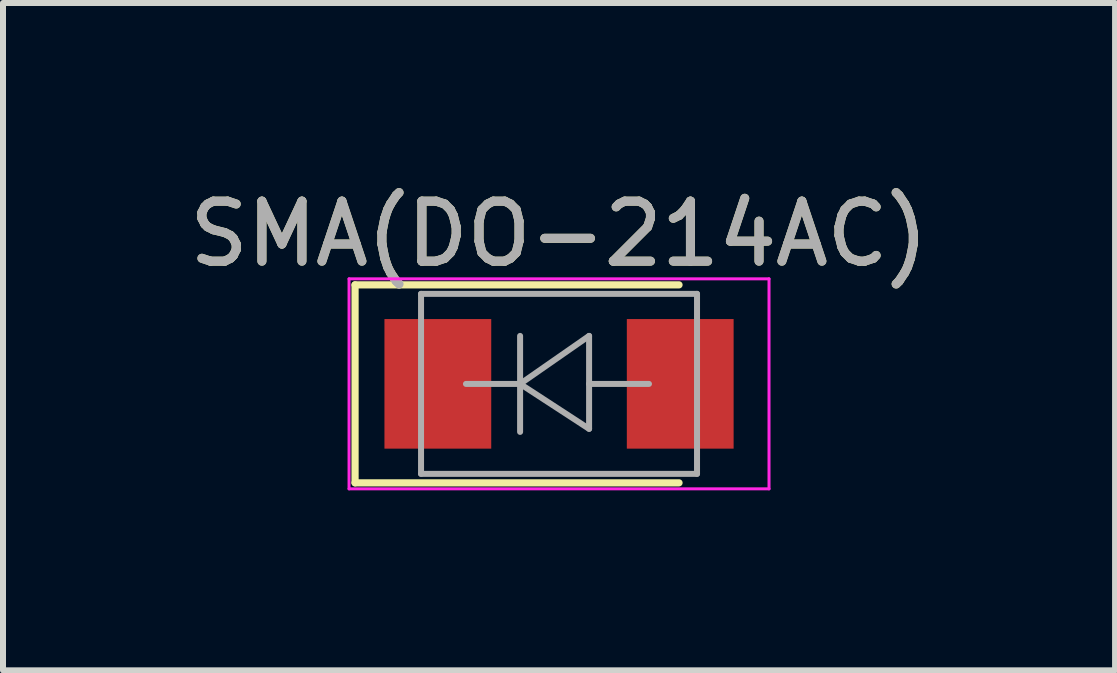
<source format=kicad_pcb>
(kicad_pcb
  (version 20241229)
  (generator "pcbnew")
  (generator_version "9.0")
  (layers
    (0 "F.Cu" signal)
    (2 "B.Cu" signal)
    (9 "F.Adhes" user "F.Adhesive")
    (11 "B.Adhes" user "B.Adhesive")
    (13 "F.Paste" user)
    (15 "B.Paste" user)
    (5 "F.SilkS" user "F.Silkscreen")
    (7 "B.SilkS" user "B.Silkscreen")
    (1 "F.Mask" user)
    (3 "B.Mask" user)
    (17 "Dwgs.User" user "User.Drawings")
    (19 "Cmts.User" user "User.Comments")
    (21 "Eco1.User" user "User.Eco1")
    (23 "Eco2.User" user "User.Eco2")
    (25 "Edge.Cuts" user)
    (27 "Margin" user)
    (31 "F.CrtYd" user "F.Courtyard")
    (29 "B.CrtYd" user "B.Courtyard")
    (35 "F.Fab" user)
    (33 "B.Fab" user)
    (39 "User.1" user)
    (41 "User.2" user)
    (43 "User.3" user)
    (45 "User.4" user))
  (footprint "SMA(DO-214AC)"
    (layer "F.Cu")
    (at 6.268 3.348)
    (property "Reference" "SMA(DO-214AC)" (at 0 -2.5 0) (layer "F.SilkS") (effects (font (size 1 1) (thickness 0.15))))
    (attr smd)
    (fp_line (start -3.4 -1.65) (end -3.4 1.65) (stroke (width 0.12) (type solid)) (layer "F.SilkS"))
    (fp_line (start -3.4 -1.65) (end 2 -1.65) (stroke (width 0.12) (type solid)) (layer "F.SilkS"))
    (fp_line (start -3.4 1.65) (end 2 1.65) (stroke (width 0.12) (type solid)) (layer "F.SilkS"))
    (fp_line (start -3.5 -1.75) (end 3.5 -1.75) (stroke (width 0.05) (type solid)) (layer "F.CrtYd"))
    (fp_line (start -3.5 1.75) (end -3.5 -1.75) (stroke (width 0.05) (type solid)) (layer "F.CrtYd"))
    (fp_line (start 3.5 -1.75) (end 3.5 1.75) (stroke (width 0.05) (type solid)) (layer "F.CrtYd"))
    (fp_line (start 3.5 1.75) (end -3.5 1.75) (stroke (width 0.05) (type solid)) (layer "F.CrtYd"))
    (fp_line (start -2.3 1.5) (end -2.3 -1.5) (stroke (width 0.1) (type solid)) (layer "F.Fab"))
    (fp_line (start -0.649 -0.799) (end -0.649 0.801) (stroke (width 0.1) (type solid)) (layer "F.Fab"))
    (fp_line (start -0.649 0.001) (end -1.551 0.001) (stroke (width 0.1) (type solid)) (layer "F.Fab"))
    (fp_line (start -0.649 0.001) (end 0.501 -0.799) (stroke (width 0.1) (type solid)) (layer "F.Fab"))
    (fp_line (start -0.649 0.001) (end 0.501 0.75) (stroke (width 0.1) (type solid)) (layer "F.Fab"))
    (fp_line (start 0.501 0.001) (end 1.499 0.001) (stroke (width 0.1) (type solid)) (layer "F.Fab"))
    (fp_line (start 0.501 0.75) (end 0.501 -0.799) (stroke (width 0.1) (type solid)) (layer "F.Fab"))
    (fp_line (start 2.3 -1.5) (end -2.3 -1.5) (stroke (width 0.1) (type solid)) (layer "F.Fab"))
    (fp_line (start 2.3 -1.5) (end 2.3 1.5) (stroke (width 0.1) (type solid)) (layer "F.Fab"))
    (fp_line (start 2.3 1.5) (end -2.3 1.5) (stroke (width 0.1) (type solid)) (layer "F.Fab"))
    (fp_text user "${REFERENCE}" (at 0 -2.5 0) (layer "F.Fab") (effects (font (size 1 1) (thickness 0.15))))
    (pad "1" smd rect (at -2.02 0) (size 1.78 2.16) (layers "F.Cu" "F.Mask" "F.Paste"))
    (pad "2" smd rect (at 2.02 0) (size 1.78 2.16) (layers "F.Cu" "F.Mask" "F.Paste")))
  (gr_rect
    (start -3 -3)
    (end 15.536 8.123)
    (stroke (width 0.1) (type default))
    (fill no)
    (layer "Edge.Cuts")))
</source>
